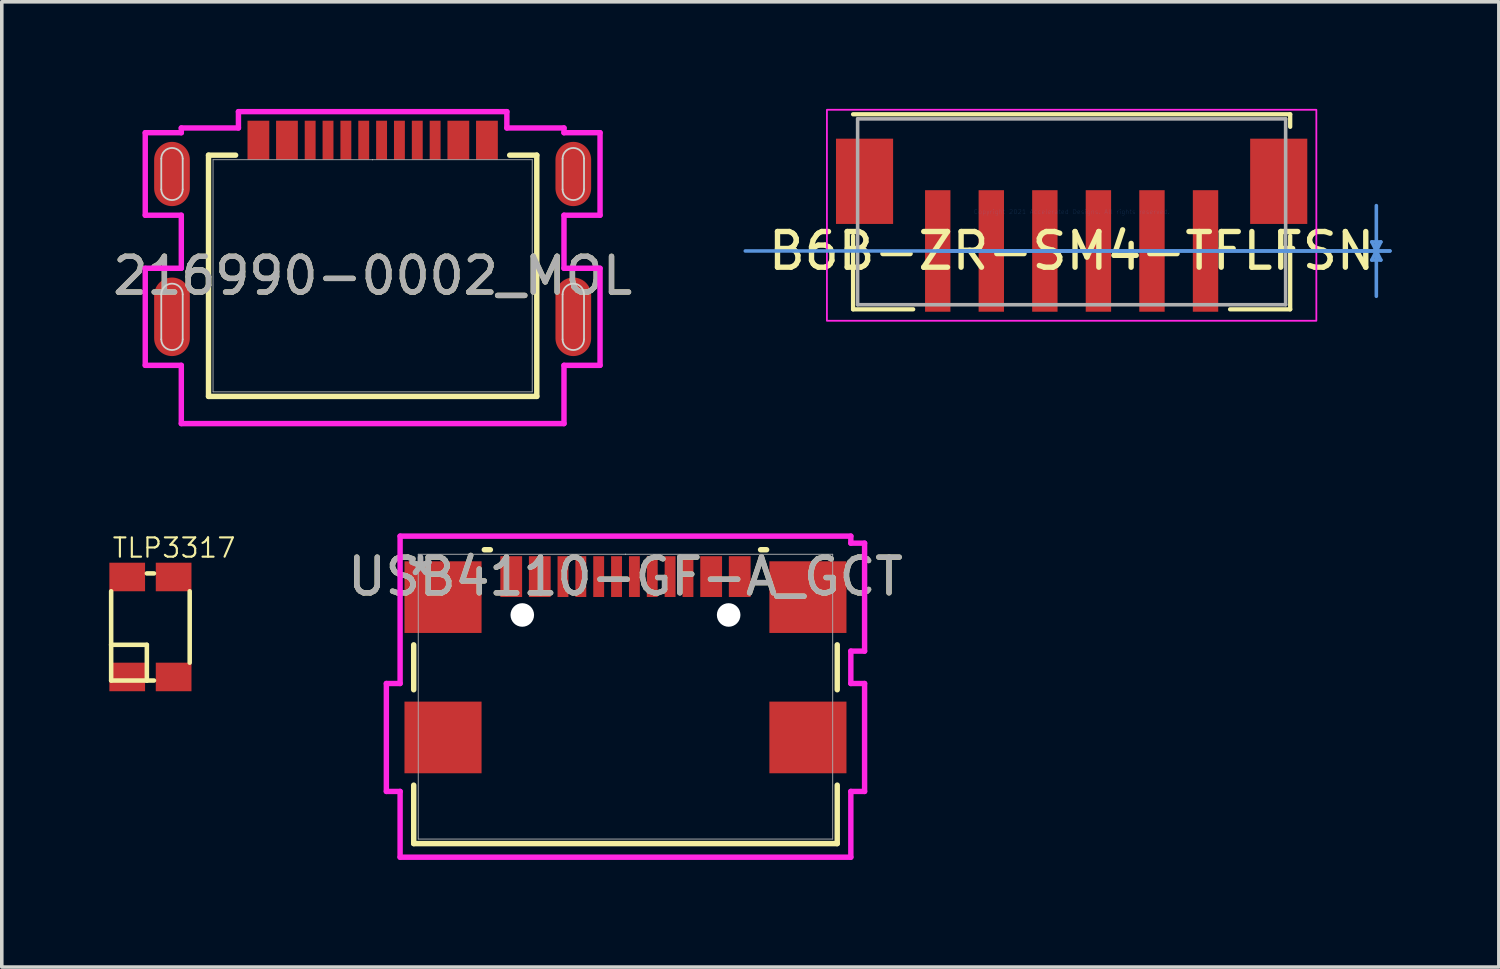
<source format=kicad_pcb>
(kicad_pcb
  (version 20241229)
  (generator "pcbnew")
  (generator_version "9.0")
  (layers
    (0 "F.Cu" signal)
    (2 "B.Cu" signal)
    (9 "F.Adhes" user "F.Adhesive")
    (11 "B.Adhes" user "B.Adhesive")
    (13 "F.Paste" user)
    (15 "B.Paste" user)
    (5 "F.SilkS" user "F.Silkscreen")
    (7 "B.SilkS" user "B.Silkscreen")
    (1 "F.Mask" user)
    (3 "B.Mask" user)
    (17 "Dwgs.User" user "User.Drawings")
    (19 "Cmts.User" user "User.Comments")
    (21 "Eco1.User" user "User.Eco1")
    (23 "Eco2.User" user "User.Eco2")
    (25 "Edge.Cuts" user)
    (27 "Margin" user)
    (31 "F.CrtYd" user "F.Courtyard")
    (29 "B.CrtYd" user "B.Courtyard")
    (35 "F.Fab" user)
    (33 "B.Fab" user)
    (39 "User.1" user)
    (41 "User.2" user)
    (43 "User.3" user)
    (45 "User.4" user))
  (footprint "B6B-ZR-SM4-TFLFSN"
    (layer "F.Cu")
    (at 26.964 2.882)
    (property "Reference" "B6B-ZR-SM4-TFLFSN" (at 0 1.097 0) (layer "F.SilkS") (effects (font (size 1 1) (thickness 0.15))))
    (attr through_hole)
    (fp_line (start -6.121 0.673) (end -6.121 2.731) (stroke (width 0.12) (type solid)) (layer "F.SilkS"))
    (fp_line (start -6.121 2.731) (end -4.438 2.731) (stroke (width 0.12) (type solid)) (layer "F.SilkS"))
    (fp_line (start 4.438 2.731) (end 6.121 2.731) (stroke (width 0.12) (type solid)) (layer "F.SilkS"))
    (fp_line (start 6.121 -2.731) (end -6.121 -2.731) (stroke (width 0.12) (type solid)) (layer "F.SilkS"))
    (fp_line (start 6.121 -2.38) (end 6.121 -2.731) (stroke (width 0.12) (type solid)) (layer "F.SilkS"))
    (fp_line (start 6.121 2.731) (end 6.121 0.673) (stroke (width 0.12) (type solid)) (layer "F.SilkS"))
    (fp_line (start -3.75 1.097) (end 8.915 1.097) (stroke (width 0.1) (type solid)) (layer "Cmts.User"))
    (fp_line (start -3.75 1.097) (end 8.915 1.097) (stroke (width 0.1) (type solid)) (layer "Cmts.User"))
    (fp_line (start 0 1.097) (end -9.14 1.097) (stroke (width 0.1) (type solid)) (layer "Cmts.User"))
    (fp_line (start 8.407 0.843) (end 8.661 0.843) (stroke (width 0.1) (type solid)) (layer "Cmts.User"))
    (fp_line (start 8.407 1.351) (end 8.661 1.351) (stroke (width 0.1) (type solid)) (layer "Cmts.User"))
    (fp_line (start 8.534 1.097) (end 8.407 0.843) (stroke (width 0.1) (type solid)) (layer "Cmts.User"))
    (fp_line (start 8.534 1.097) (end 8.407 1.351) (stroke (width 0.1) (type solid)) (layer "Cmts.User"))
    (fp_line (start 8.534 1.097) (end 8.534 -0.173) (stroke (width 0.1) (type solid)) (layer "Cmts.User"))
    (fp_line (start 8.534 1.097) (end 8.534 2.366) (stroke (width 0.1) (type solid)) (layer "Cmts.User"))
    (fp_line (start 8.534 1.097) (end 8.661 0.843) (stroke (width 0.1) (type solid)) (layer "Cmts.User"))
    (fp_line (start 8.534 1.097) (end 8.661 1.351) (stroke (width 0.1) (type solid)) (layer "Cmts.User"))
    (fp_rect (start -6.854 -2.857) (end 6.854 3.052) (stroke (width 0.05) (type default)) (fill no) (layer "F.CrtYd"))
    (fp_line (start -5.994 -2.603) (end -5.994 2.603) (stroke (width 0.1) (type solid)) (layer "F.Fab"))
    (fp_line (start -5.994 2.603) (end 5.994 2.603) (stroke (width 0.1) (type solid)) (layer "F.Fab"))
    (fp_line (start 5.994 -2.603) (end -5.994 -2.603) (stroke (width 0.1) (type solid)) (layer "F.Fab"))
    (fp_line (start 5.994 2.603) (end 5.994 -2.603) (stroke (width 0.1) (type solid)) (layer "F.Fab"))
    (fp_text user "Copyright 2021 Accelerated Designs. All rights reserved." (at 0 0 0) (layer "Cmts.User") (effects (font (size 0.127 0.127) (thickness 0.002))))
    (pad "1" smd rect (at -3.75 1.097) (size 0.711 3.404) (layers "F.Cu" "F.Mask" "F.Paste"))
    (pad "2" smd rect (at -2.25 1.097) (size 0.711 3.404) (layers "F.Cu" "F.Mask" "F.Paste"))
    (pad "3" smd rect (at -0.75 1.097) (size 0.711 3.404) (layers "F.Cu" "F.Mask" "F.Paste"))
    (pad "4" smd rect (at 0.75 1.097) (size 0.711 3.404) (layers "F.Cu" "F.Mask" "F.Paste"))
    (pad "5" smd rect (at 2.25 1.097) (size 0.711 3.404) (layers "F.Cu" "F.Mask" "F.Paste"))
    (pad "6" smd rect (at 3.75 1.097) (size 0.711 3.404) (layers "F.Cu" "F.Mask" "F.Paste"))
    (pad "7" smd rect (at -5.8 -0.854) (size 1.6 2.388) (layers "F.Cu" "F.Mask" "F.Paste"))
    (pad "8" smd rect (at 5.8 -0.854) (size 1.6 2.388) (layers "F.Cu" "F.Mask" "F.Paste")))
  (footprint "216990-0002_MOL"
    (layer "F.Cu")
    (at 7.387 4.674)
    (property "Reference" "216990-0002_MOL" (at 0 0 0) (unlocked yes) (layer "F.SilkS") (effects (font (size 1 1) (thickness 0.15))))
    (attr smd)
    (fp_line (start -4.597 -3.378) (end -4.597 3.378) (stroke (width 0.152) (type solid)) (layer "F.SilkS"))
    (fp_line (start -4.597 3.378) (end 4.597 3.378) (stroke (width 0.152) (type solid)) (layer "F.SilkS"))
    (fp_line (start -3.838 -3.378) (end -4.597 -3.378) (stroke (width 0.152) (type solid)) (layer "F.SilkS"))
    (fp_line (start 4.597 -3.378) (end 3.838 -3.378) (stroke (width 0.152) (type solid)) (layer "F.SilkS"))
    (fp_line (start 4.597 3.378) (end 4.597 -3.378) (stroke (width 0.152) (type solid)) (layer "F.SilkS"))
    (fp_line (start -5.92 -2.42) (end -5.92 -3.28) (stroke (width 0.05) (type default)) (layer "Edge.Cuts"))
    (fp_line (start -5.92 1.78) (end -5.92 0.52) (stroke (width 0.05) (type default)) (layer "Edge.Cuts"))
    (fp_line (start -5.32 -3.28) (end -5.32 -2.42) (stroke (width 0.05) (type default)) (layer "Edge.Cuts"))
    (fp_line (start -5.32 0.52) (end -5.32 1.78) (stroke (width 0.05) (type default)) (layer "Edge.Cuts"))
    (fp_line (start 5.32 -2.42) (end 5.32 -3.28) (stroke (width 0.05) (type default)) (layer "Edge.Cuts"))
    (fp_line (start 5.32 1.78) (end 5.32 0.52) (stroke (width 0.05) (type default)) (layer "Edge.Cuts"))
    (fp_line (start 5.92 -3.28) (end 5.92 -2.42) (stroke (width 0.05) (type default)) (layer "Edge.Cuts"))
    (fp_line (start 5.92 0.52) (end 5.92 1.78) (stroke (width 0.05) (type default)) (layer "Edge.Cuts"))
    (fp_arc (start -5.92 -3.28) (mid -5.62 -3.58) (end -5.32 -3.28) (stroke (width 0.05) (type default)) (layer "Edge.Cuts"))
    (fp_arc (start -5.92 0.52) (mid -5.62 0.22) (end -5.32 0.52) (stroke (width 0.05) (type default)) (layer "Edge.Cuts"))
    (fp_arc (start -5.32 -2.42) (mid -5.62 -2.12) (end -5.92 -2.42) (stroke (width 0.05) (type default)) (layer "Edge.Cuts"))
    (fp_arc (start -5.32 1.78) (mid -5.62 2.08) (end -5.92 1.78) (stroke (width 0.05) (type default)) (layer "Edge.Cuts"))
    (fp_arc (start 5.32 -3.28) (mid 5.62 -3.58) (end 5.92 -3.28) (stroke (width 0.05) (type default)) (layer "Edge.Cuts"))
    (fp_arc (start 5.32 0.52) (mid 5.62 0.22) (end 5.92 0.52) (stroke (width 0.05) (type default)) (layer "Edge.Cuts"))
    (fp_arc (start 5.92 -2.42) (mid 5.62 -2.12) (end 5.32 -2.42) (stroke (width 0.05) (type default)) (layer "Edge.Cuts"))
    (fp_arc (start 5.92 1.78) (mid 5.62 2.08) (end 5.32 1.78) (stroke (width 0.05) (type default)) (layer "Edge.Cuts"))
    (fp_line (start -6.369 -4.007) (end -6.369 -1.696) (stroke (width 0.152) (type solid)) (layer "F.CrtYd"))
    (fp_line (start -6.369 -1.696) (end -5.359 -1.696) (stroke (width 0.152) (type solid)) (layer "F.CrtYd"))
    (fp_line (start -6.369 -0.21) (end -6.369 2.508) (stroke (width 0.152) (type solid)) (layer "F.CrtYd"))
    (fp_line (start -6.369 2.508) (end -5.359 2.508) (stroke (width 0.152) (type solid)) (layer "F.CrtYd"))
    (fp_line (start -5.359 -4.14) (end -5.359 -4.007) (stroke (width 0.152) (type solid)) (layer "F.CrtYd"))
    (fp_line (start -5.359 -4.007) (end -6.369 -4.007) (stroke (width 0.152) (type solid)) (layer "F.CrtYd"))
    (fp_line (start -5.359 -1.696) (end -5.359 -0.21) (stroke (width 0.152) (type solid)) (layer "F.CrtYd"))
    (fp_line (start -5.359 -0.21) (end -6.369 -0.21) (stroke (width 0.152) (type solid)) (layer "F.CrtYd"))
    (fp_line (start -5.359 2.508) (end -5.359 4.14) (stroke (width 0.152) (type solid)) (layer "F.CrtYd"))
    (fp_line (start -5.359 4.14) (end 5.359 4.14) (stroke (width 0.152) (type solid)) (layer "F.CrtYd"))
    (fp_line (start -3.759 -4.597) (end -3.759 -4.14) (stroke (width 0.152) (type solid)) (layer "F.CrtYd"))
    (fp_line (start -3.759 -4.14) (end -5.359 -4.14) (stroke (width 0.152) (type solid)) (layer "F.CrtYd"))
    (fp_line (start 3.759 -4.597) (end -3.759 -4.597) (stroke (width 0.152) (type solid)) (layer "F.CrtYd"))
    (fp_line (start 3.759 -4.14) (end 3.759 -4.597) (stroke (width 0.152) (type solid)) (layer "F.CrtYd"))
    (fp_line (start 5.359 -4.14) (end 3.759 -4.14) (stroke (width 0.152) (type solid)) (layer "F.CrtYd"))
    (fp_line (start 5.359 -4.007) (end 5.359 -4.14) (stroke (width 0.152) (type solid)) (layer "F.CrtYd"))
    (fp_line (start 5.359 -1.696) (end 6.369 -1.696) (stroke (width 0.152) (type solid)) (layer "F.CrtYd"))
    (fp_line (start 5.359 -0.21) (end 5.359 -1.696) (stroke (width 0.152) (type solid)) (layer "F.CrtYd"))
    (fp_line (start 5.359 2.508) (end 6.369 2.508) (stroke (width 0.152) (type solid)) (layer "F.CrtYd"))
    (fp_line (start 5.359 4.14) (end 5.359 2.508) (stroke (width 0.152) (type solid)) (layer "F.CrtYd"))
    (fp_line (start 6.369 -0.21) (end 5.359 -0.21) (stroke (width 0.152) (type solid)) (layer "F.CrtYd"))
    (fp_line (start 6.369 2.508) (end 6.369 -0.21) (stroke (width 0.152) (type solid)) (layer "F.CrtYd"))
    (fp_line (start 6.369 -4.007) (end 5.359 -4.007) (stroke (width 0.152) (type solid)) (layer "F.CrtYd"))
    (fp_line (start 6.369 -1.696) (end 6.369 -4.007) (stroke (width 0.152) (type solid)) (layer "F.CrtYd"))
    (fp_line (start -4.47 -3.251) (end -4.47 3.251) (stroke (width 0.025) (type solid)) (layer "F.Fab"))
    (fp_line (start -4.47 3.251) (end 4.47 3.251) (stroke (width 0.025) (type solid)) (layer "F.Fab"))
    (fp_line (start 0 -3.251) (end 0 -3.251) (stroke (width 0.025) (type solid)) (layer "F.Fab"))
    (fp_line (start 0 -3.251) (end 0 -3.251) (stroke (width 0.025) (type solid)) (layer "F.Fab"))
    (fp_line (start 0 -3.251) (end 0 -3.251) (stroke (width 0.025) (type solid)) (layer "F.Fab"))
    (fp_line (start 0 -3.251) (end 0 -3.251) (stroke (width 0.025) (type solid)) (layer "F.Fab"))
    (fp_line (start 4.47 -3.251) (end -4.47 -3.251) (stroke (width 0.025) (type solid)) (layer "F.Fab"))
    (fp_line (start 4.47 3.251) (end 4.47 -3.251) (stroke (width 0.025) (type solid)) (layer "F.Fab"))
    (fp_text user "${REFERENCE}" (at 0 0 0) (unlocked yes) (layer "F.Fab") (effects (font (size 1 1) (thickness 0.15))))
    (pad "15" smd oval (at -5.62 -2.851 90) (size 1.8 1) (layers "F.Cu" "F.Mask" "F.Paste"))
    (pad "16" smd oval (at 5.62 -2.851 90) (size 1.8 1) (layers "F.Cu" "F.Mask" "F.Paste"))
    (pad "17" smd oval (at -5.62 1.149 90) (size 2.2 1) (layers "F.Cu" "F.Mask" "F.Paste"))
    (pad "18" smd oval (at 5.62 1.149 90) (size 2.2 1) (layers "F.Cu" "F.Mask" "F.Paste"))
    (pad "A1/B12" smd rect (at -3.2 -3.797) (size 0.61 1.092) (layers "F.Cu" "F.Mask" "F.Paste"))
    (pad "A4/B9" smd rect (at -2.4 -3.797) (size 0.61 1.092) (layers "F.Cu" "F.Mask" "F.Paste"))
    (pad "A5" smd rect (at -1.25 -3.797) (size 0.305 1.092) (layers "F.Cu" "F.Mask" "F.Paste"))
    (pad "A6" smd rect (at -0.25 -3.797) (size 0.305 1.092) (layers "F.Cu" "F.Mask" "F.Paste"))
    (pad "A7" smd rect (at 0.25 -3.797) (size 0.305 1.092) (layers "F.Cu" "F.Mask" "F.Paste"))
    (pad "A8" smd rect (at 1.25 -3.797) (size 0.305 1.092) (layers "F.Cu" "F.Mask" "F.Paste"))
    (pad "B1/A12" smd rect (at 3.201 -3.797) (size 0.61 1.092) (layers "F.Cu" "F.Mask" "F.Paste"))
    (pad "B4/A9" smd rect (at 2.4 -3.797) (size 0.61 1.092) (layers "F.Cu" "F.Mask" "F.Paste"))
    (pad "B5" smd rect (at 1.75 -3.797) (size 0.305 1.092) (layers "F.Cu" "F.Mask" "F.Paste"))
    (pad "B6" smd rect (at 0.75 -3.797) (size 0.305 1.092) (layers "F.Cu" "F.Mask" "F.Paste"))
    (pad "B7" smd rect (at -0.75 -3.797) (size 0.305 1.092) (layers "F.Cu" "F.Mask" "F.Paste"))
    (pad "B8" smd rect (at -1.75 -3.797) (size 0.305 1.092) (layers "F.Cu" "F.Mask" "F.Paste")))
  (footprint "TLP3317"
    (layer "F.Cu")
    (at 1.163 14.51)
    (property "Reference" "TLP3317" (at -1.1 -1.9 0) (layer "F.SilkS") (effects (font (size 0.54 0.54) (thickness 0.06)) (justify left bottom)))
    (fp_line (start -1.1 -1) (end -1.1 0.5) (stroke (width 0.127) (type solid)) (layer "F.SilkS"))
    (fp_line (start -1.1 0.5) (end -1.1 1.5) (stroke (width 0.127) (type solid)) (layer "F.SilkS"))
    (fp_line (start -1.1 0.5) (end -0.1 0.5) (stroke (width 0.127) (type solid)) (layer "F.SilkS"))
    (fp_line (start -1.1 1.5) (end -0.1 1.5) (stroke (width 0.127) (type solid)) (layer "F.SilkS"))
    (fp_line (start -0.1 -1.5) (end 0.1 -1.5) (stroke (width 0.127) (type solid)) (layer "F.SilkS"))
    (fp_line (start -0.1 0.5) (end -0.1 1.5) (stroke (width 0.127) (type solid)) (layer "F.SilkS"))
    (fp_line (start -0.1 1.5) (end 0.1 1.5) (stroke (width 0.127) (type solid)) (layer "F.SilkS"))
    (fp_line (start 1.1 -1) (end 1.1 1) (stroke (width 0.127) (type solid)) (layer "F.SilkS"))
    (pad "1" smd rect (at -0.65 1.4 180) (size 1 0.8) (layers "F.Cu" "F.Mask" "F.Paste"))
    (pad "2" smd rect (at 0.65 1.4) (size 1 0.8) (layers "F.Cu" "F.Mask" "F.Paste"))
    (pad "3" smd rect (at 0.65 -1.4 180) (size 1 0.8) (layers "F.Cu" "F.Mask" "F.Paste"))
    (pad "4" smd rect (at -0.65 -1.4 180) (size 1 0.8) (layers "F.Cu" "F.Mask" "F.Paste")))
  (footprint "USB4110-GF-A_GCT"
    (layer "F.Cu")
    (at 14.468 16.462)
    (property "Reference" "USB4110-GF-A_GCT" (at 0 -3.363 0) (unlocked yes) (layer "F.SilkS") (effects (font (size 1 1) (thickness 0.15))))
    (attr smd)
    (fp_line (start -5.931 -1.452) (end -5.931 -0.194) (stroke (width 0.152) (type solid)) (layer "F.SilkS"))
    (fp_line (start -5.931 2.478) (end -5.931 4.115) (stroke (width 0.152) (type solid)) (layer "F.SilkS"))
    (fp_line (start -5.931 4.115) (end 5.931 4.115) (stroke (width 0.152) (type solid)) (layer "F.SilkS"))
    (fp_line (start -3.784 -4.115) (end -3.953 -4.115) (stroke (width 0.152) (type solid)) (layer "F.SilkS"))
    (fp_line (start 3.953 -4.115) (end 3.784 -4.115) (stroke (width 0.152) (type solid)) (layer "F.SilkS"))
    (fp_line (start 5.931 -0.194) (end 5.931 -1.452) (stroke (width 0.152) (type solid)) (layer "F.SilkS"))
    (fp_line (start 5.931 4.115) (end 5.931 2.478) (stroke (width 0.152) (type solid)) (layer "F.SilkS"))
    (fp_line (start -6.697 -0.369) (end -6.697 2.654) (stroke (width 0.152) (type solid)) (layer "F.CrtYd"))
    (fp_line (start -6.697 2.654) (end -6.312 2.654) (stroke (width 0.152) (type solid)) (layer "F.CrtYd"))
    (fp_line (start -6.312 -4.496) (end -6.312 -0.369) (stroke (width 0.152) (type solid)) (layer "F.CrtYd"))
    (fp_line (start -6.312 -0.369) (end -6.697 -0.369) (stroke (width 0.152) (type solid)) (layer "F.CrtYd"))
    (fp_line (start -6.312 2.654) (end -6.312 4.496) (stroke (width 0.152) (type solid)) (layer "F.CrtYd"))
    (fp_line (start -6.312 4.496) (end 6.312 4.496) (stroke (width 0.152) (type solid)) (layer "F.CrtYd"))
    (fp_line (start 6.312 -4.496) (end -6.312 -4.496) (stroke (width 0.152) (type solid)) (layer "F.CrtYd"))
    (fp_line (start 6.312 -4.299) (end 6.312 -4.496) (stroke (width 0.152) (type solid)) (layer "F.CrtYd"))
    (fp_line (start 6.312 -1.276) (end 6.697 -1.276) (stroke (width 0.152) (type solid)) (layer "F.CrtYd"))
    (fp_line (start 6.312 -0.369) (end 6.312 -1.276) (stroke (width 0.152) (type solid)) (layer "F.CrtYd"))
    (fp_line (start 6.312 2.654) (end 6.697 2.654) (stroke (width 0.152) (type solid)) (layer "F.CrtYd"))
    (fp_line (start 6.312 4.496) (end 6.312 2.654) (stroke (width 0.152) (type solid)) (layer "F.CrtYd"))
    (fp_line (start 6.697 -4.299) (end 6.312 -4.299) (stroke (width 0.152) (type solid)) (layer "F.CrtYd"))
    (fp_line (start 6.697 -1.276) (end 6.697 -4.299) (stroke (width 0.152) (type solid)) (layer "F.CrtYd"))
    (fp_line (start 6.697 -0.369) (end 6.312 -0.369) (stroke (width 0.152) (type solid)) (layer "F.CrtYd"))
    (fp_line (start 6.697 2.654) (end 6.697 -0.369) (stroke (width 0.152) (type solid)) (layer "F.CrtYd"))
    (fp_line (start -5.804 -3.988) (end -5.804 3.988) (stroke (width 0.025) (type solid)) (layer "F.Fab"))
    (fp_line (start -5.804 3.988) (end 5.804 3.988) (stroke (width 0.025) (type solid)) (layer "F.Fab"))
    (fp_line (start 0 -3.988) (end 0 -3.988) (stroke (width 0.025) (type solid)) (layer "F.Fab"))
    (fp_line (start 0 -3.988) (end 0 -3.988) (stroke (width 0.025) (type solid)) (layer "F.Fab"))
    (fp_line (start 0 -3.988) (end 0 -3.988) (stroke (width 0.025) (type solid)) (layer "F.Fab"))
    (fp_line (start 0 -3.988) (end 0 -3.988) (stroke (width 0.025) (type solid)) (layer "F.Fab"))
    (fp_line (start 5.804 -3.988) (end -5.804 -3.988) (stroke (width 0.025) (type solid)) (layer "F.Fab"))
    (fp_line (start 5.804 3.988) (end 5.804 -3.988) (stroke (width 0.025) (type solid)) (layer "F.Fab"))
    (fp_text user "${REFERENCE}" (at 0 -3.363 0) (unlocked yes) (layer "F.Fab") (effects (font (size 1 1) (thickness 0.15))))
    (fp_text user "*" (at -5.74 -3.363 0) (layer "F.Fab") (effects (font (size 1 1) (thickness 0.15))))
    (fp_text user "*" (at -5.74 -3.363 0) (unlocked yes) (layer "F.Fab") (effects (font (size 1 1) (thickness 0.15))))
    (pad "" np_thru_hole circle (at -2.89 -2.288) (size 0.66 0.66) (drill 0.66) (layers "*.Cu" "*.Mask"))
    (pad "" np_thru_hole circle (at 2.89 -2.288) (size 0.66 0.66) (drill 0.66) (layers "*.Cu" "*.Mask"))
    (pad "15" smd rect (at -5.11 -2.788) (size 2.159 2.007) (layers "F.Cu" "F.Mask" "F.Paste"))
    (pad "16" smd rect (at 5.11 -2.788) (size 2.159 2.007) (layers "F.Cu" "F.Mask" "F.Paste"))
    (pad "17" smd rect (at -5.11 1.142) (size 2.159 2.007) (layers "F.Cu" "F.Mask" "F.Paste"))
    (pad "18" smd rect (at 5.11 1.142) (size 2.159 2.007) (layers "F.Cu" "F.Mask" "F.Paste"))
    (pad "A1-B12" smd rect (at -3.2 -3.363) (size 0.61 1.143) (layers "F.Cu" "F.Mask" "F.Paste"))
    (pad "A4-B9" smd rect (at -2.4 -3.363) (size 0.61 1.143) (layers "F.Cu" "F.Mask" "F.Paste"))
    (pad "A5" smd rect (at -1.25 -3.363) (size 0.305 1.143) (layers "F.Cu" "F.Mask" "F.Paste"))
    (pad "A6" smd rect (at -0.25 -3.363) (size 0.305 1.143) (layers "F.Cu" "F.Mask" "F.Paste"))
    (pad "A7" smd rect (at 0.25 -3.363) (size 0.305 1.143) (layers "F.Cu" "F.Mask" "F.Paste"))
    (pad "A8" smd rect (at 1.25 -3.363) (size 0.305 1.143) (layers "F.Cu" "F.Mask" "F.Paste"))
    (pad "A9-B4" smd rect (at 2.4 -3.363) (size 0.61 1.143) (layers "F.Cu" "F.Mask" "F.Paste"))
    (pad "A12-B1" smd rect (at 3.2 -3.363) (size 0.61 1.143) (layers "F.Cu" "F.Mask" "F.Paste"))
    (pad "B5" smd rect (at 1.75 -3.363) (size 0.305 1.143) (layers "F.Cu" "F.Mask" "F.Paste"))
    (pad "B6" smd rect (at 0.75 -3.363) (size 0.305 1.143) (layers "F.Cu" "F.Mask" "F.Paste"))
    (pad "B7" smd rect (at -0.75 -3.363) (size 0.305 1.143) (layers "F.Cu" "F.Mask" "F.Paste"))
    (pad "B8" smd rect (at -1.75 -3.363) (size 0.305 1.143) (layers "F.Cu" "F.Mask" "F.Paste")))
  (gr_rect
    (start -3 -3)
    (end 38.929 24.034)
    (stroke (width 0.1) (type default))
    (fill no)
    (layer "Edge.Cuts")))
</source>
